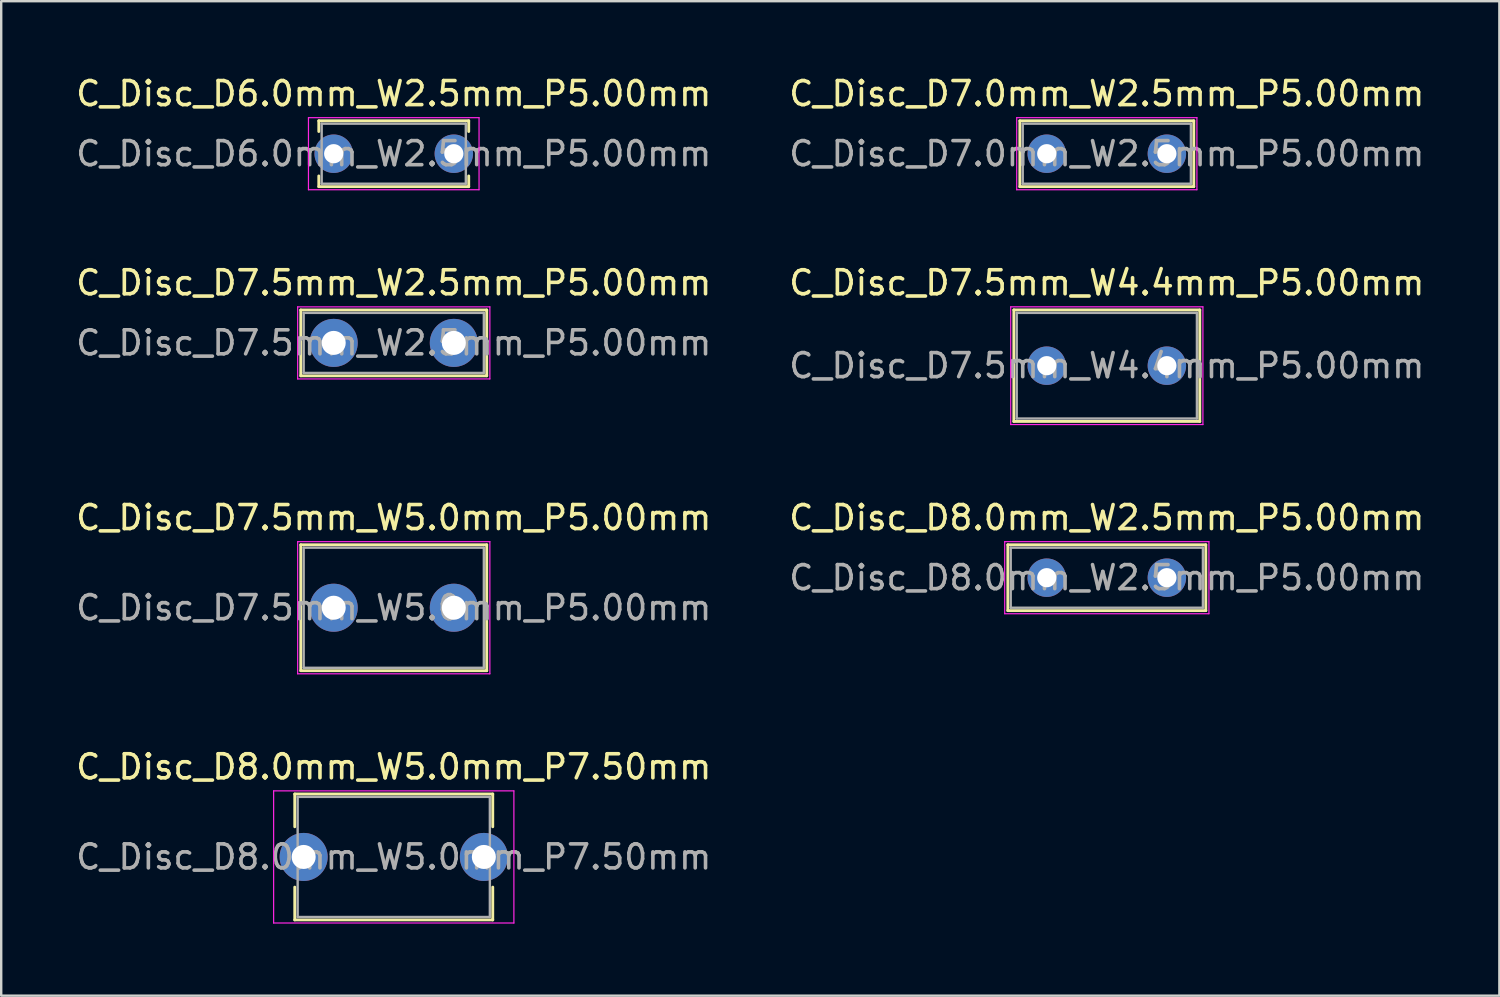
<source format=kicad_pcb>
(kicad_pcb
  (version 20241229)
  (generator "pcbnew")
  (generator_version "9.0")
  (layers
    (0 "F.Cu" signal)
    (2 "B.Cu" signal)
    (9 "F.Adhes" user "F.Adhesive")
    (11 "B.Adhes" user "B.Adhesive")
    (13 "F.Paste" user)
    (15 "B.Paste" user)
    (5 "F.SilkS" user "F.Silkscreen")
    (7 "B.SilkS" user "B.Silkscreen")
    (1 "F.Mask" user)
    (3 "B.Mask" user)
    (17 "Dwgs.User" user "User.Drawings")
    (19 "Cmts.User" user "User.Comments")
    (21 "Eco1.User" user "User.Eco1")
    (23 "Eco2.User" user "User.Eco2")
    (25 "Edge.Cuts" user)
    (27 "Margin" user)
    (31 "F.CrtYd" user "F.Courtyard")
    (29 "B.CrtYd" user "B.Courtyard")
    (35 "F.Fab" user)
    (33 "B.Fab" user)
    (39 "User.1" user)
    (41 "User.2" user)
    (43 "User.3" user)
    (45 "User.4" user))
  (footprint "C_Disc_D8.0mm_W5.0mm_P7.50mm"
    (layer "F.Cu")
    (at 9.589 32.618)
    (property "Reference" "C_Disc_D8.0mm_W5.0mm_P7.50mm" (at 3.75 -3.75 0) (layer "F.SilkS") (effects (font (size 1 1) (thickness 0.15))))
    (attr through_hole)
    (fp_line (start -0.37 -2.62) (end -0.37 -1.256) (stroke (width 0.12) (type solid)) (layer "F.SilkS"))
    (fp_line (start -0.37 -2.62) (end 7.87 -2.62) (stroke (width 0.12) (type solid)) (layer "F.SilkS"))
    (fp_line (start -0.37 1.256) (end -0.37 2.62) (stroke (width 0.12) (type solid)) (layer "F.SilkS"))
    (fp_line (start -0.37 2.62) (end 7.87 2.62) (stroke (width 0.12) (type solid)) (layer "F.SilkS"))
    (fp_line (start 7.87 -2.62) (end 7.87 -1.256) (stroke (width 0.12) (type solid)) (layer "F.SilkS"))
    (fp_line (start 7.87 1.256) (end 7.87 2.62) (stroke (width 0.12) (type solid)) (layer "F.SilkS"))
    (fp_line (start -1.25 -2.75) (end -1.25 2.75) (stroke (width 0.05) (type solid)) (layer "F.CrtYd"))
    (fp_line (start -1.25 2.75) (end 8.75 2.75) (stroke (width 0.05) (type solid)) (layer "F.CrtYd"))
    (fp_line (start 8.75 -2.75) (end -1.25 -2.75) (stroke (width 0.05) (type solid)) (layer "F.CrtYd"))
    (fp_line (start 8.75 2.75) (end 8.75 -2.75) (stroke (width 0.05) (type solid)) (layer "F.CrtYd"))
    (fp_line (start -0.25 -2.5) (end -0.25 2.5) (stroke (width 0.1) (type solid)) (layer "F.Fab"))
    (fp_line (start -0.25 2.5) (end 7.75 2.5) (stroke (width 0.1) (type solid)) (layer "F.Fab"))
    (fp_line (start 7.75 -2.5) (end -0.25 -2.5) (stroke (width 0.1) (type solid)) (layer "F.Fab"))
    (fp_line (start 7.75 2.5) (end 7.75 -2.5) (stroke (width 0.1) (type solid)) (layer "F.Fab"))
    (fp_text user "${REFERENCE}" (at 3.75 0 0) (layer "F.Fab") (effects (font (size 1 1) (thickness 0.15))))
    (pad "1" thru_hole circle (at 0 0) (size 2 2) (drill 1) (layers "*.Cu" "*.Mask"))
    (pad "2" thru_hole circle (at 7.5 0) (size 2 2) (drill 1) (layers "*.Cu" "*.Mask")))
  (footprint "C_Disc_D8.0mm_W2.5mm_P5.00mm"
    (layer "F.Cu")
    (at 40.518 20.995)
    (property "Reference" "C_Disc_D8.0mm_W2.5mm_P5.00mm" (at 2.5 -2.5 0) (layer "F.SilkS") (effects (font (size 1 1) (thickness 0.15))))
    (attr through_hole)
    (fp_line (start -1.62 -1.37) (end -1.62 1.37) (stroke (width 0.12) (type solid)) (layer "F.SilkS"))
    (fp_line (start -1.62 -1.37) (end 6.62 -1.37) (stroke (width 0.12) (type solid)) (layer "F.SilkS"))
    (fp_line (start -1.62 1.37) (end 6.62 1.37) (stroke (width 0.12) (type solid)) (layer "F.SilkS"))
    (fp_line (start 6.62 -1.37) (end 6.62 1.37) (stroke (width 0.12) (type solid)) (layer "F.SilkS"))
    (fp_line (start -1.75 -1.5) (end -1.75 1.5) (stroke (width 0.05) (type solid)) (layer "F.CrtYd"))
    (fp_line (start -1.75 1.5) (end 6.75 1.5) (stroke (width 0.05) (type solid)) (layer "F.CrtYd"))
    (fp_line (start 6.75 -1.5) (end -1.75 -1.5) (stroke (width 0.05) (type solid)) (layer "F.CrtYd"))
    (fp_line (start 6.75 1.5) (end 6.75 -1.5) (stroke (width 0.05) (type solid)) (layer "F.CrtYd"))
    (fp_line (start -1.5 -1.25) (end -1.5 1.25) (stroke (width 0.1) (type solid)) (layer "F.Fab"))
    (fp_line (start -1.5 1.25) (end 6.5 1.25) (stroke (width 0.1) (type solid)) (layer "F.Fab"))
    (fp_line (start 6.5 -1.25) (end -1.5 -1.25) (stroke (width 0.1) (type solid)) (layer "F.Fab"))
    (fp_line (start 6.5 1.25) (end 6.5 -1.25) (stroke (width 0.1) (type solid)) (layer "F.Fab"))
    (fp_text user "${REFERENCE}" (at 2.5 0 0) (layer "F.Fab") (effects (font (size 1 1) (thickness 0.15))))
    (pad "1" thru_hole circle (at 0 0) (size 1.6 1.6) (drill 0.8) (layers "*.Cu" "*.Mask"))
    (pad "2" thru_hole circle (at 5 0) (size 1.6 1.6) (drill 0.8) (layers "*.Cu" "*.Mask")))
  (footprint "C_Disc_D7.5mm_W2.5mm_P5.00mm"
    (layer "F.Cu")
    (at 10.839 11.222)
    (property "Reference" "C_Disc_D7.5mm_W2.5mm_P5.00mm" (at 2.5 -2.5 0) (layer "F.SilkS") (effects (font (size 1 1) (thickness 0.15))))
    (attr through_hole)
    (fp_line (start -1.37 -1.37) (end -1.37 1.37) (stroke (width 0.12) (type solid)) (layer "F.SilkS"))
    (fp_line (start -1.37 -1.37) (end 6.37 -1.37) (stroke (width 0.12) (type solid)) (layer "F.SilkS"))
    (fp_line (start -1.37 1.37) (end 6.37 1.37) (stroke (width 0.12) (type solid)) (layer "F.SilkS"))
    (fp_line (start 6.37 -1.37) (end 6.37 1.37) (stroke (width 0.12) (type solid)) (layer "F.SilkS"))
    (fp_line (start -1.5 -1.5) (end -1.5 1.5) (stroke (width 0.05) (type solid)) (layer "F.CrtYd"))
    (fp_line (start -1.5 1.5) (end 6.5 1.5) (stroke (width 0.05) (type solid)) (layer "F.CrtYd"))
    (fp_line (start 6.5 -1.5) (end -1.5 -1.5) (stroke (width 0.05) (type solid)) (layer "F.CrtYd"))
    (fp_line (start 6.5 1.5) (end 6.5 -1.5) (stroke (width 0.05) (type solid)) (layer "F.CrtYd"))
    (fp_line (start -1.25 -1.25) (end -1.25 1.25) (stroke (width 0.1) (type solid)) (layer "F.Fab"))
    (fp_line (start -1.25 1.25) (end 6.25 1.25) (stroke (width 0.1) (type solid)) (layer "F.Fab"))
    (fp_line (start 6.25 -1.25) (end -1.25 -1.25) (stroke (width 0.1) (type solid)) (layer "F.Fab"))
    (fp_line (start 6.25 1.25) (end 6.25 -1.25) (stroke (width 0.1) (type solid)) (layer "F.Fab"))
    (fp_text user "${REFERENCE}" (at 2.5 0 0) (layer "F.Fab") (effects (font (size 1 1) (thickness 0.15))))
    (pad "1" thru_hole circle (at 0 0) (size 2 2) (drill 1) (layers "*.Cu" "*.Mask"))
    (pad "2" thru_hole circle (at 5 0) (size 2 2) (drill 1) (layers "*.Cu" "*.Mask")))
  (footprint "C_Disc_D7.5mm_W5.0mm_P5.00mm"
    (layer "F.Cu")
    (at 10.839 22.245)
    (property "Reference" "C_Disc_D7.5mm_W5.0mm_P5.00mm" (at 2.5 -3.75 0) (layer "F.SilkS") (effects (font (size 1 1) (thickness 0.15))))
    (attr through_hole)
    (fp_line (start -1.37 -2.62) (end -1.37 2.62) (stroke (width 0.12) (type solid)) (layer "F.SilkS"))
    (fp_line (start -1.37 -2.62) (end 6.37 -2.62) (stroke (width 0.12) (type solid)) (layer "F.SilkS"))
    (fp_line (start -1.37 2.62) (end 6.37 2.62) (stroke (width 0.12) (type solid)) (layer "F.SilkS"))
    (fp_line (start 6.37 -2.62) (end 6.37 2.62) (stroke (width 0.12) (type solid)) (layer "F.SilkS"))
    (fp_line (start -1.5 -2.75) (end -1.5 2.75) (stroke (width 0.05) (type solid)) (layer "F.CrtYd"))
    (fp_line (start -1.5 2.75) (end 6.5 2.75) (stroke (width 0.05) (type solid)) (layer "F.CrtYd"))
    (fp_line (start 6.5 -2.75) (end -1.5 -2.75) (stroke (width 0.05) (type solid)) (layer "F.CrtYd"))
    (fp_line (start 6.5 2.75) (end 6.5 -2.75) (stroke (width 0.05) (type solid)) (layer "F.CrtYd"))
    (fp_line (start -1.25 -2.5) (end -1.25 2.5) (stroke (width 0.1) (type solid)) (layer "F.Fab"))
    (fp_line (start -1.25 2.5) (end 6.25 2.5) (stroke (width 0.1) (type solid)) (layer "F.Fab"))
    (fp_line (start 6.25 -2.5) (end -1.25 -2.5) (stroke (width 0.1) (type solid)) (layer "F.Fab"))
    (fp_line (start 6.25 2.5) (end 6.25 -2.5) (stroke (width 0.1) (type solid)) (layer "F.Fab"))
    (fp_text user "${REFERENCE}" (at 2.5 0 0) (layer "F.Fab") (effects (font (size 1 1) (thickness 0.15))))
    (pad "1" thru_hole circle (at 0 0) (size 2 2) (drill 1) (layers "*.Cu" "*.Mask"))
    (pad "2" thru_hole circle (at 5 0) (size 2 2) (drill 1) (layers "*.Cu" "*.Mask")))
  (footprint "C_Disc_D7.5mm_W4.4mm_P5.00mm"
    (layer "F.Cu")
    (at 40.518 12.171)
    (property "Reference" "C_Disc_D7.5mm_W4.4mm_P5.00mm" (at 2.5 -3.45 0) (layer "F.SilkS") (effects (font (size 1 1) (thickness 0.15))))
    (attr through_hole)
    (fp_line (start -1.37 -2.321) (end -1.37 2.321) (stroke (width 0.12) (type solid)) (layer "F.SilkS"))
    (fp_line (start -1.37 -2.321) (end 6.37 -2.321) (stroke (width 0.12) (type solid)) (layer "F.SilkS"))
    (fp_line (start -1.37 2.321) (end 6.37 2.321) (stroke (width 0.12) (type solid)) (layer "F.SilkS"))
    (fp_line (start 6.37 -2.321) (end 6.37 2.321) (stroke (width 0.12) (type solid)) (layer "F.SilkS"))
    (fp_line (start -1.5 -2.45) (end -1.5 2.45) (stroke (width 0.05) (type solid)) (layer "F.CrtYd"))
    (fp_line (start -1.5 2.45) (end 6.5 2.45) (stroke (width 0.05) (type solid)) (layer "F.CrtYd"))
    (fp_line (start 6.5 -2.45) (end -1.5 -2.45) (stroke (width 0.05) (type solid)) (layer "F.CrtYd"))
    (fp_line (start 6.5 2.45) (end 6.5 -2.45) (stroke (width 0.05) (type solid)) (layer "F.CrtYd"))
    (fp_line (start -1.25 -2.2) (end -1.25 2.2) (stroke (width 0.1) (type solid)) (layer "F.Fab"))
    (fp_line (start -1.25 2.2) (end 6.25 2.2) (stroke (width 0.1) (type solid)) (layer "F.Fab"))
    (fp_line (start 6.25 -2.2) (end -1.25 -2.2) (stroke (width 0.1) (type solid)) (layer "F.Fab"))
    (fp_line (start 6.25 2.2) (end 6.25 -2.2) (stroke (width 0.1) (type solid)) (layer "F.Fab"))
    (fp_text user "${REFERENCE}" (at 2.5 0 0) (layer "F.Fab") (effects (font (size 1 1) (thickness 0.15))))
    (pad "1" thru_hole circle (at 0 0) (size 1.6 1.6) (drill 0.8) (layers "*.Cu" "*.Mask"))
    (pad "2" thru_hole circle (at 5 0) (size 1.6 1.6) (drill 0.8) (layers "*.Cu" "*.Mask")))
  (footprint "C_Disc_D7.0mm_W2.5mm_P5.00mm"
    (layer "F.Cu")
    (at 40.518 3.348)
    (property "Reference" "C_Disc_D7.0mm_W2.5mm_P5.00mm" (at 2.5 -2.5 0) (layer "F.SilkS") (effects (font (size 1 1) (thickness 0.15))))
    (attr through_hole)
    (fp_line (start -1.12 -1.37) (end -1.12 1.37) (stroke (width 0.12) (type solid)) (layer "F.SilkS"))
    (fp_line (start -1.12 -1.37) (end 6.12 -1.37) (stroke (width 0.12) (type solid)) (layer "F.SilkS"))
    (fp_line (start -1.12 1.37) (end 6.12 1.37) (stroke (width 0.12) (type solid)) (layer "F.SilkS"))
    (fp_line (start 6.12 -1.37) (end 6.12 1.37) (stroke (width 0.12) (type solid)) (layer "F.SilkS"))
    (fp_line (start -1.25 -1.5) (end -1.25 1.5) (stroke (width 0.05) (type solid)) (layer "F.CrtYd"))
    (fp_line (start -1.25 1.5) (end 6.25 1.5) (stroke (width 0.05) (type solid)) (layer "F.CrtYd"))
    (fp_line (start 6.25 -1.5) (end -1.25 -1.5) (stroke (width 0.05) (type solid)) (layer "F.CrtYd"))
    (fp_line (start 6.25 1.5) (end 6.25 -1.5) (stroke (width 0.05) (type solid)) (layer "F.CrtYd"))
    (fp_line (start -1 -1.25) (end -1 1.25) (stroke (width 0.1) (type solid)) (layer "F.Fab"))
    (fp_line (start -1 1.25) (end 6 1.25) (stroke (width 0.1) (type solid)) (layer "F.Fab"))
    (fp_line (start 6 -1.25) (end -1 -1.25) (stroke (width 0.1) (type solid)) (layer "F.Fab"))
    (fp_line (start 6 1.25) (end 6 -1.25) (stroke (width 0.1) (type solid)) (layer "F.Fab"))
    (fp_text user "${REFERENCE}" (at 2.5 0 0) (layer "F.Fab") (effects (font (size 1 1) (thickness 0.15))))
    (pad "1" thru_hole circle (at 0 0) (size 1.6 1.6) (drill 0.8) (layers "*.Cu" "*.Mask"))
    (pad "2" thru_hole circle (at 5 0) (size 1.6 1.6) (drill 0.8) (layers "*.Cu" "*.Mask")))
  (footprint "C_Disc_D6.0mm_W2.5mm_P5.00mm"
    (layer "F.Cu")
    (at 10.839 3.348)
    (property "Reference" "C_Disc_D6.0mm_W2.5mm_P5.00mm" (at 2.5 -2.5 0) (layer "F.SilkS") (effects (font (size 1 1) (thickness 0.15))))
    (attr through_hole)
    (fp_line (start -0.62 -1.37) (end -0.62 -0.925) (stroke (width 0.12) (type solid)) (layer "F.SilkS"))
    (fp_line (start -0.62 -1.37) (end 5.62 -1.37) (stroke (width 0.12) (type solid)) (layer "F.SilkS"))
    (fp_line (start -0.62 0.925) (end -0.62 1.37) (stroke (width 0.12) (type solid)) (layer "F.SilkS"))
    (fp_line (start -0.62 1.37) (end 5.62 1.37) (stroke (width 0.12) (type solid)) (layer "F.SilkS"))
    (fp_line (start 5.62 -1.37) (end 5.62 -0.925) (stroke (width 0.12) (type solid)) (layer "F.SilkS"))
    (fp_line (start 5.62 0.925) (end 5.62 1.37) (stroke (width 0.12) (type solid)) (layer "F.SilkS"))
    (fp_line (start -1.05 -1.5) (end -1.05 1.5) (stroke (width 0.05) (type solid)) (layer "F.CrtYd"))
    (fp_line (start -1.05 1.5) (end 6.05 1.5) (stroke (width 0.05) (type solid)) (layer "F.CrtYd"))
    (fp_line (start 6.05 -1.5) (end -1.05 -1.5) (stroke (width 0.05) (type solid)) (layer "F.CrtYd"))
    (fp_line (start 6.05 1.5) (end 6.05 -1.5) (stroke (width 0.05) (type solid)) (layer "F.CrtYd"))
    (fp_line (start -0.5 -1.25) (end -0.5 1.25) (stroke (width 0.1) (type solid)) (layer "F.Fab"))
    (fp_line (start -0.5 1.25) (end 5.5 1.25) (stroke (width 0.1) (type solid)) (layer "F.Fab"))
    (fp_line (start 5.5 -1.25) (end -0.5 -1.25) (stroke (width 0.1) (type solid)) (layer "F.Fab"))
    (fp_line (start 5.5 1.25) (end 5.5 -1.25) (stroke (width 0.1) (type solid)) (layer "F.Fab"))
    (fp_text user "${REFERENCE}" (at 2.5 0 0) (layer "F.Fab") (effects (font (size 1 1) (thickness 0.15))))
    (pad "1" thru_hole circle (at 0 0) (size 1.6 1.6) (drill 0.8) (layers "*.Cu" "*.Mask"))
    (pad "2" thru_hole circle (at 5 0) (size 1.6 1.6) (drill 0.8) (layers "*.Cu" "*.Mask")))
  (gr_rect
    (start -3 -3)
    (end 59.357 38.393)
    (stroke (width 0.1) (type default))
    (fill no)
    (layer "Edge.Cuts")))
</source>
